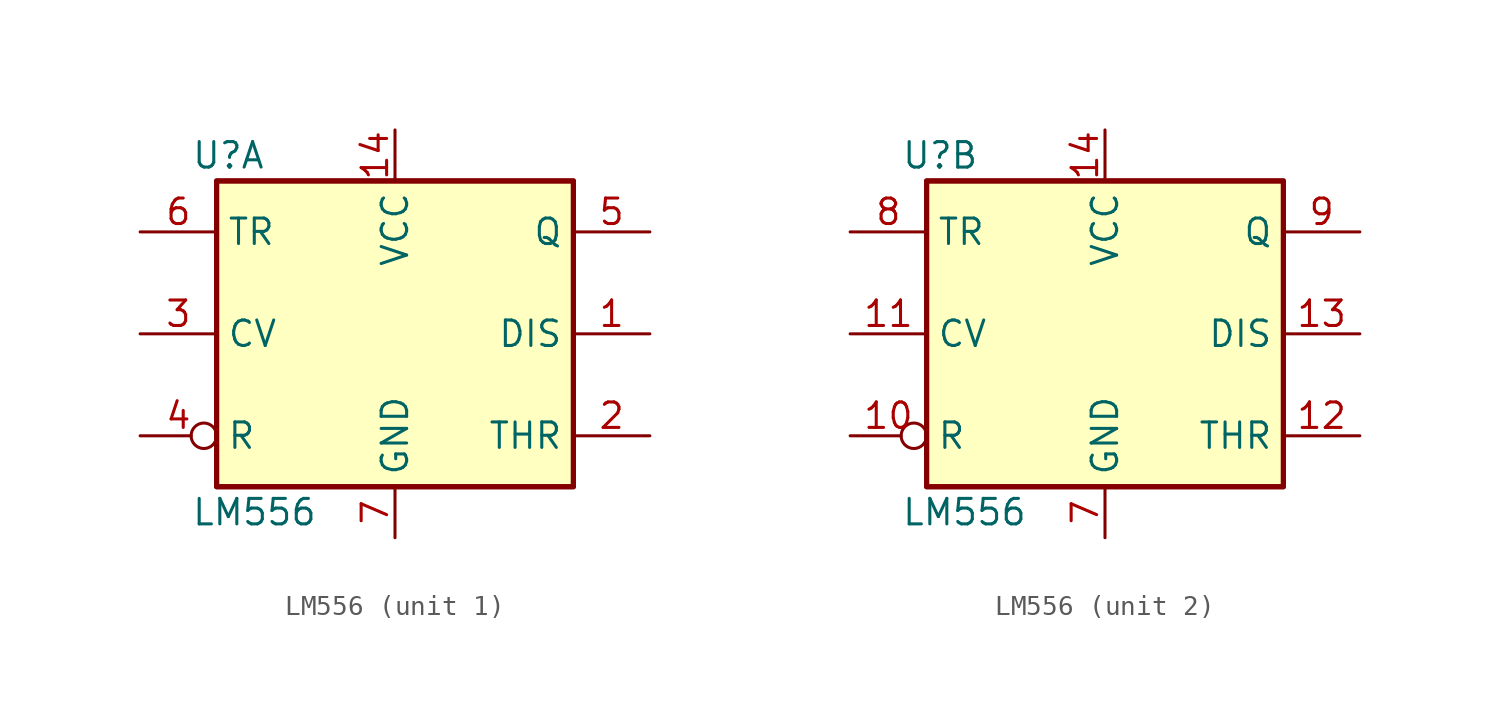
<source format=kicad_sym>
(kicad_symbol_lib
  (version 20220914)
  (generator kicad_symbol_editor)
  (symbol "LM556"
    (property "Reference" "U"
      (at -10.16 8.89 0)
      (effects (font (size 1.27 1.27)) (justify left)))
    (property "Value" "LM556"
      (at -10.16 -8.89 0)
      (effects (font (size 1.27 1.27)) (justify left)))
    (symbol "LM556_0_0"
      (pin power_in line (at 0 10.16 270) (length 2.54) (name "VCC" (effects (font (size 1.27 1.27)))) (number "14" (effects (font (size 1.27 1.27)))))
      (pin power_in line (at 0 -10.16 90) (length 2.54) (name "GND" (effects (font (size 1.27 1.27)))) (number "7" (effects (font (size 1.27 1.27))))))
    (symbol "LM556_0_1"
      (rectangle (start -8.89 -7.62) (end 8.89 7.62) (stroke (width 0.254) (type solid)) (fill (type background)))
      (rectangle (start -8.89 -7.62) (end 8.89 7.62) (stroke (width 0.254) (type solid)) (fill (type background))))
    (symbol "LM556_1_1"
      (pin input line (at 12.7 0 180) (length 3.81) (name "DIS" (effects (font (size 1.27 1.27)))) (number "1" (effects (font (size 1.27 1.27)))))
      (pin input line (at 12.7 -5.08 180) (length 3.81) (name "THR" (effects (font (size 1.27 1.27)))) (number "2" (effects (font (size 1.27 1.27)))))
      (pin input line (at -12.7 0 0) (length 3.81) (name "CV" (effects (font (size 1.27 1.27)))) (number "3" (effects (font (size 1.27 1.27)))))
      (pin input inverted (at -12.7 -5.08 0) (length 3.81) (name "R" (effects (font (size 1.27 1.27)))) (number "4" (effects (font (size 1.27 1.27)))))
      (pin output line (at 12.7 5.08 180) (length 3.81) (name "Q" (effects (font (size 1.27 1.27)))) (number "5" (effects (font (size 1.27 1.27)))))
      (pin input line (at -12.7 5.08 0) (length 3.81) (name "TR" (effects (font (size 1.27 1.27)))) (number "6" (effects (font (size 1.27 1.27))))))
    (symbol "LM556_2_1"
      (pin input inverted (at -12.7 -5.08 0) (length 3.81) (name "R" (effects (font (size 1.27 1.27)))) (number "10" (effects (font (size 1.27 1.27)))))
      (pin input line (at -12.7 0 0) (length 3.81) (name "CV" (effects (font (size 1.27 1.27)))) (number "11" (effects (font (size 1.27 1.27)))))
      (pin input line (at 12.7 -5.08 180) (length 3.81) (name "THR" (effects (font (size 1.27 1.27)))) (number "12" (effects (font (size 1.27 1.27)))))
      (pin input line (at 12.7 0 180) (length 3.81) (name "DIS" (effects (font (size 1.27 1.27)))) (number "13" (effects (font (size 1.27 1.27)))))
      (pin input line (at -12.7 5.08 0) (length 3.81) (name "TR" (effects (font (size 1.27 1.27)))) (number "8" (effects (font (size 1.27 1.27)))))
      (pin output line (at 12.7 5.08 180) (length 3.81) (name "Q" (effects (font (size 1.27 1.27)))) (number "9" (effects (font (size 1.27 1.27))))))))
</source>
